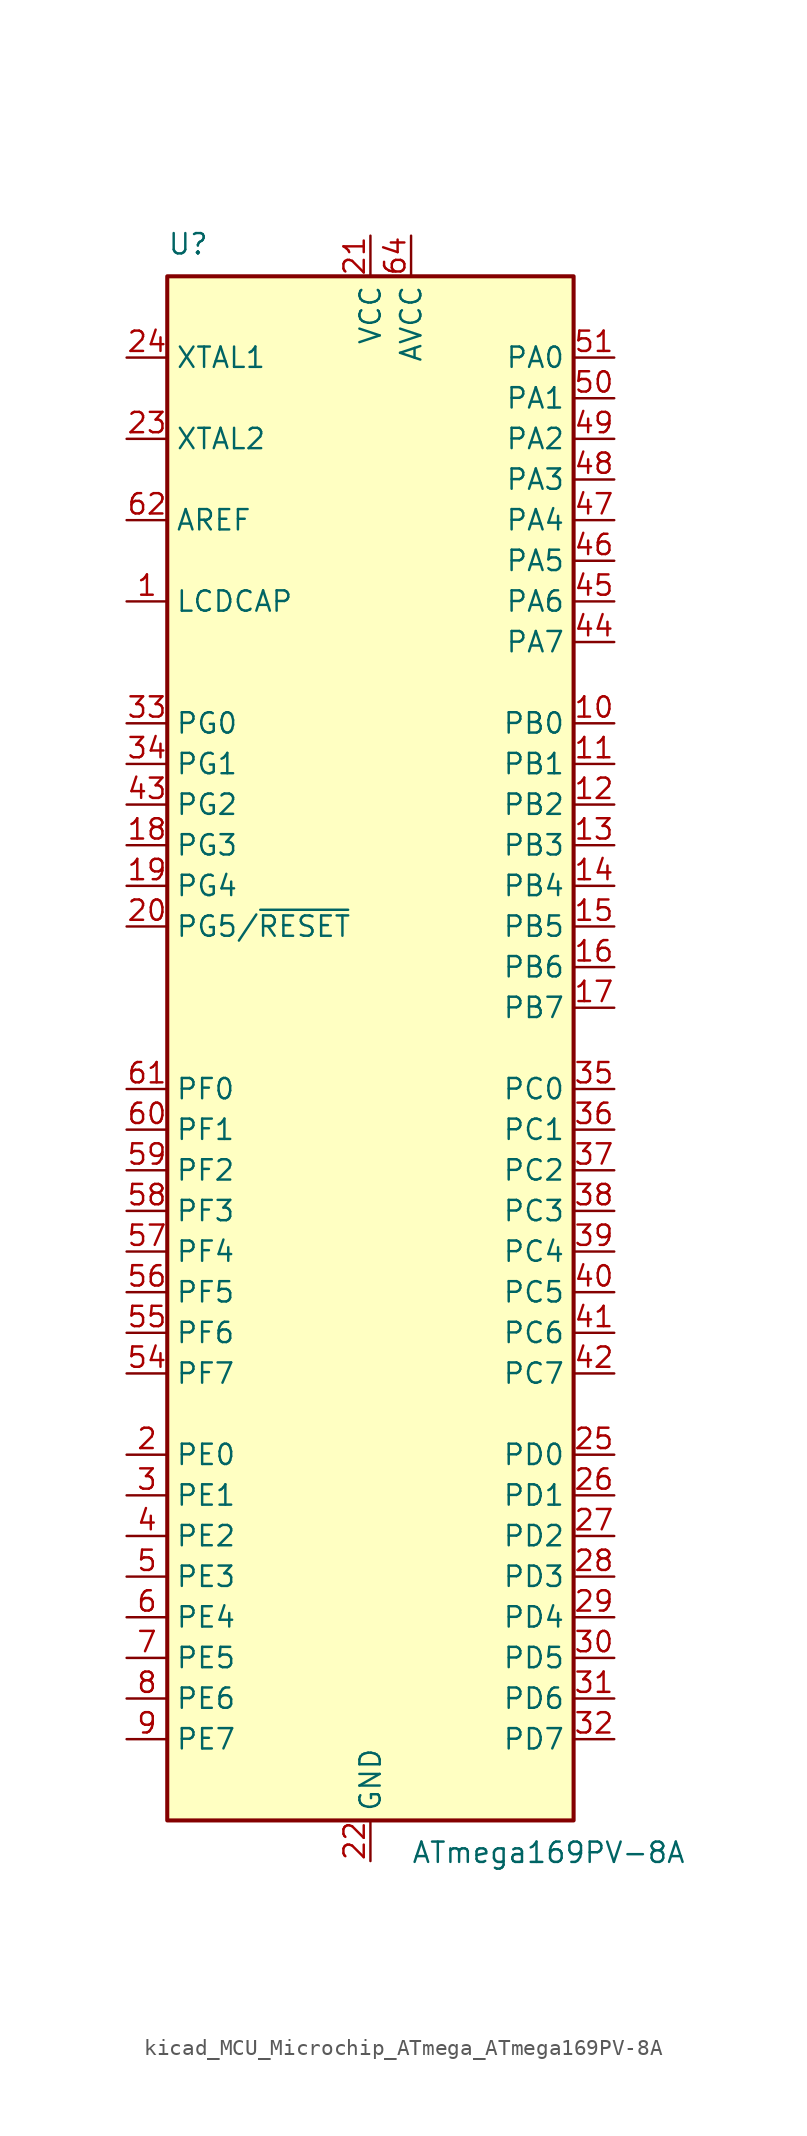
<source format=kicad_sym>
(kicad_symbol_lib
  (version 20220914)
  (generator kicad_symbol_editor)
  (symbol "kicad_MCU_Microchip_ATmega_ATmega169PV-8A"
    (property "Reference" "U"
      (at -12.7 49.53 0)
      (effects (font (size 1.27 1.27)) (justify left bottom)))
    (property "Value" "ATmega169PV-8A"
      (at 2.54 -49.53 0)
      (effects (font (size 1.27 1.27)) (justify left top)))
    (symbol "kicad_MCU_Microchip_ATmega_ATmega169PV-8A_0_1"
      (rectangle (start -12.7 -48.26) (end 12.7 48.26) (stroke (width 0.254) (type default)) (fill (type background))))
    (symbol "kicad_MCU_Microchip_ATmega_ATmega169PV-8A_1_1"
      (pin passive line (at -15.24 27.94 0) (length 2.54) (name "LCDCAP" (effects (font (size 1.27 1.27)))) (number "1" (effects (font (size 1.27 1.27)))))
      (pin bidirectional line (at 15.24 20.32 180) (length 2.54) (name "PB0" (effects (font (size 1.27 1.27)))) (number "10" (effects (font (size 1.27 1.27)))))
      (pin bidirectional line (at 15.24 17.78 180) (length 2.54) (name "PB1" (effects (font (size 1.27 1.27)))) (number "11" (effects (font (size 1.27 1.27)))))
      (pin bidirectional line (at 15.24 15.24 180) (length 2.54) (name "PB2" (effects (font (size 1.27 1.27)))) (number "12" (effects (font (size 1.27 1.27)))))
      (pin bidirectional line (at 15.24 12.7 180) (length 2.54) (name "PB3" (effects (font (size 1.27 1.27)))) (number "13" (effects (font (size 1.27 1.27)))))
      (pin bidirectional line (at 15.24 10.16 180) (length 2.54) (name "PB4" (effects (font (size 1.27 1.27)))) (number "14" (effects (font (size 1.27 1.27)))))
      (pin bidirectional line (at 15.24 7.62 180) (length 2.54) (name "PB5" (effects (font (size 1.27 1.27)))) (number "15" (effects (font (size 1.27 1.27)))))
      (pin bidirectional line (at 15.24 5.08 180) (length 2.54) (name "PB6" (effects (font (size 1.27 1.27)))) (number "16" (effects (font (size 1.27 1.27)))))
      (pin bidirectional line (at 15.24 2.54 180) (length 2.54) (name "PB7" (effects (font (size 1.27 1.27)))) (number "17" (effects (font (size 1.27 1.27)))))
      (pin bidirectional line (at -15.24 12.7 0) (length 2.54) (name "PG3" (effects (font (size 1.27 1.27)))) (number "18" (effects (font (size 1.27 1.27)))))
      (pin bidirectional line (at -15.24 10.16 0) (length 2.54) (name "PG4" (effects (font (size 1.27 1.27)))) (number "19" (effects (font (size 1.27 1.27)))))
      (pin bidirectional line (at -15.24 -25.4 0) (length 2.54) (name "PE0" (effects (font (size 1.27 1.27)))) (number "2" (effects (font (size 1.27 1.27)))))
      (pin bidirectional line (at -15.24 7.62 0) (length 2.54) (name "PG5/~{RESET}" (effects (font (size 1.27 1.27)))) (number "20" (effects (font (size 1.27 1.27)))))
      (pin power_in line (at 0 50.8 270) (length 2.54) (name "VCC" (effects (font (size 1.27 1.27)))) (number "21" (effects (font (size 1.27 1.27)))))
      (pin power_in line (at 0 -50.8 90) (length 2.54) (name "GND" (effects (font (size 1.27 1.27)))) (number "22" (effects (font (size 1.27 1.27)))))
      (pin output line (at -15.24 38.1 0) (length 2.54) (name "XTAL2" (effects (font (size 1.27 1.27)))) (number "23" (effects (font (size 1.27 1.27)))))
      (pin input line (at -15.24 43.18 0) (length 2.54) (name "XTAL1" (effects (font (size 1.27 1.27)))) (number "24" (effects (font (size 1.27 1.27)))))
      (pin bidirectional line (at 15.24 -25.4 180) (length 2.54) (name "PD0" (effects (font (size 1.27 1.27)))) (number "25" (effects (font (size 1.27 1.27)))))
      (pin bidirectional line (at 15.24 -27.94 180) (length 2.54) (name "PD1" (effects (font (size 1.27 1.27)))) (number "26" (effects (font (size 1.27 1.27)))))
      (pin bidirectional line (at 15.24 -30.48 180) (length 2.54) (name "PD2" (effects (font (size 1.27 1.27)))) (number "27" (effects (font (size 1.27 1.27)))))
      (pin bidirectional line (at 15.24 -33.02 180) (length 2.54) (name "PD3" (effects (font (size 1.27 1.27)))) (number "28" (effects (font (size 1.27 1.27)))))
      (pin bidirectional line (at 15.24 -35.56 180) (length 2.54) (name "PD4" (effects (font (size 1.27 1.27)))) (number "29" (effects (font (size 1.27 1.27)))))
      (pin bidirectional line (at -15.24 -27.94 0) (length 2.54) (name "PE1" (effects (font (size 1.27 1.27)))) (number "3" (effects (font (size 1.27 1.27)))))
      (pin bidirectional line (at 15.24 -38.1 180) (length 2.54) (name "PD5" (effects (font (size 1.27 1.27)))) (number "30" (effects (font (size 1.27 1.27)))))
      (pin bidirectional line (at 15.24 -40.64 180) (length 2.54) (name "PD6" (effects (font (size 1.27 1.27)))) (number "31" (effects (font (size 1.27 1.27)))))
      (pin bidirectional line (at 15.24 -43.18 180) (length 2.54) (name "PD7" (effects (font (size 1.27 1.27)))) (number "32" (effects (font (size 1.27 1.27)))))
      (pin bidirectional line (at -15.24 20.32 0) (length 2.54) (name "PG0" (effects (font (size 1.27 1.27)))) (number "33" (effects (font (size 1.27 1.27)))))
      (pin bidirectional line (at -15.24 17.78 0) (length 2.54) (name "PG1" (effects (font (size 1.27 1.27)))) (number "34" (effects (font (size 1.27 1.27)))))
      (pin bidirectional line (at 15.24 -2.54 180) (length 2.54) (name "PC0" (effects (font (size 1.27 1.27)))) (number "35" (effects (font (size 1.27 1.27)))))
      (pin bidirectional line (at 15.24 -5.08 180) (length 2.54) (name "PC1" (effects (font (size 1.27 1.27)))) (number "36" (effects (font (size 1.27 1.27)))))
      (pin bidirectional line (at 15.24 -7.62 180) (length 2.54) (name "PC2" (effects (font (size 1.27 1.27)))) (number "37" (effects (font (size 1.27 1.27)))))
      (pin bidirectional line (at 15.24 -10.16 180) (length 2.54) (name "PC3" (effects (font (size 1.27 1.27)))) (number "38" (effects (font (size 1.27 1.27)))))
      (pin bidirectional line (at 15.24 -12.7 180) (length 2.54) (name "PC4" (effects (font (size 1.27 1.27)))) (number "39" (effects (font (size 1.27 1.27)))))
      (pin bidirectional line (at -15.24 -30.48 0) (length 2.54) (name "PE2" (effects (font (size 1.27 1.27)))) (number "4" (effects (font (size 1.27 1.27)))))
      (pin bidirectional line (at 15.24 -15.24 180) (length 2.54) (name "PC5" (effects (font (size 1.27 1.27)))) (number "40" (effects (font (size 1.27 1.27)))))
      (pin bidirectional line (at 15.24 -17.78 180) (length 2.54) (name "PC6" (effects (font (size 1.27 1.27)))) (number "41" (effects (font (size 1.27 1.27)))))
      (pin bidirectional line (at 15.24 -20.32 180) (length 2.54) (name "PC7" (effects (font (size 1.27 1.27)))) (number "42" (effects (font (size 1.27 1.27)))))
      (pin bidirectional line (at -15.24 15.24 0) (length 2.54) (name "PG2" (effects (font (size 1.27 1.27)))) (number "43" (effects (font (size 1.27 1.27)))))
      (pin bidirectional line (at 15.24 25.4 180) (length 2.54) (name "PA7" (effects (font (size 1.27 1.27)))) (number "44" (effects (font (size 1.27 1.27)))))
      (pin bidirectional line (at 15.24 27.94 180) (length 2.54) (name "PA6" (effects (font (size 1.27 1.27)))) (number "45" (effects (font (size 1.27 1.27)))))
      (pin bidirectional line (at 15.24 30.48 180) (length 2.54) (name "PA5" (effects (font (size 1.27 1.27)))) (number "46" (effects (font (size 1.27 1.27)))))
      (pin bidirectional line (at 15.24 33.02 180) (length 2.54) (name "PA4" (effects (font (size 1.27 1.27)))) (number "47" (effects (font (size 1.27 1.27)))))
      (pin bidirectional line (at 15.24 35.56 180) (length 2.54) (name "PA3" (effects (font (size 1.27 1.27)))) (number "48" (effects (font (size 1.27 1.27)))))
      (pin bidirectional line (at 15.24 38.1 180) (length 2.54) (name "PA2" (effects (font (size 1.27 1.27)))) (number "49" (effects (font (size 1.27 1.27)))))
      (pin bidirectional line (at -15.24 -33.02 0) (length 2.54) (name "PE3" (effects (font (size 1.27 1.27)))) (number "5" (effects (font (size 1.27 1.27)))))
      (pin bidirectional line (at 15.24 40.64 180) (length 2.54) (name "PA1" (effects (font (size 1.27 1.27)))) (number "50" (effects (font (size 1.27 1.27)))))
      (pin bidirectional line (at 15.24 43.18 180) (length 2.54) (name "PA0" (effects (font (size 1.27 1.27)))) (number "51" (effects (font (size 1.27 1.27)))))
      (pin passive line (at 0 50.8 270) (length 2.54) hide (name "VCC" (effects (font (size 1.27 1.27)))) (number "52" (effects (font (size 1.27 1.27)))))
      (pin passive line (at 0 -50.8 90) (length 2.54) hide (name "GND" (effects (font (size 1.27 1.27)))) (number "53" (effects (font (size 1.27 1.27)))))
      (pin bidirectional line (at -15.24 -20.32 0) (length 2.54) (name "PF7" (effects (font (size 1.27 1.27)))) (number "54" (effects (font (size 1.27 1.27)))))
      (pin bidirectional line (at -15.24 -17.78 0) (length 2.54) (name "PF6" (effects (font (size 1.27 1.27)))) (number "55" (effects (font (size 1.27 1.27)))))
      (pin bidirectional line (at -15.24 -15.24 0) (length 2.54) (name "PF5" (effects (font (size 1.27 1.27)))) (number "56" (effects (font (size 1.27 1.27)))))
      (pin bidirectional line (at -15.24 -12.7 0) (length 2.54) (name "PF4" (effects (font (size 1.27 1.27)))) (number "57" (effects (font (size 1.27 1.27)))))
      (pin bidirectional line (at -15.24 -10.16 0) (length 2.54) (name "PF3" (effects (font (size 1.27 1.27)))) (number "58" (effects (font (size 1.27 1.27)))))
      (pin bidirectional line (at -15.24 -7.62 0) (length 2.54) (name "PF2" (effects (font (size 1.27 1.27)))) (number "59" (effects (font (size 1.27 1.27)))))
      (pin bidirectional line (at -15.24 -35.56 0) (length 2.54) (name "PE4" (effects (font (size 1.27 1.27)))) (number "6" (effects (font (size 1.27 1.27)))))
      (pin bidirectional line (at -15.24 -5.08 0) (length 2.54) (name "PF1" (effects (font (size 1.27 1.27)))) (number "60" (effects (font (size 1.27 1.27)))))
      (pin bidirectional line (at -15.24 -2.54 0) (length 2.54) (name "PF0" (effects (font (size 1.27 1.27)))) (number "61" (effects (font (size 1.27 1.27)))))
      (pin passive line (at -15.24 33.02 0) (length 2.54) (name "AREF" (effects (font (size 1.27 1.27)))) (number "62" (effects (font (size 1.27 1.27)))))
      (pin passive line (at 0 -50.8 90) (length 2.54) hide (name "GND" (effects (font (size 1.27 1.27)))) (number "63" (effects (font (size 1.27 1.27)))))
      (pin power_in line (at 2.54 50.8 270) (length 2.54) (name "AVCC" (effects (font (size 1.27 1.27)))) (number "64" (effects (font (size 1.27 1.27)))))
      (pin bidirectional line (at -15.24 -38.1 0) (length 2.54) (name "PE5" (effects (font (size 1.27 1.27)))) (number "7" (effects (font (size 1.27 1.27)))))
      (pin bidirectional line (at -15.24 -40.64 0) (length 2.54) (name "PE6" (effects (font (size 1.27 1.27)))) (number "8" (effects (font (size 1.27 1.27)))))
      (pin bidirectional line (at -15.24 -43.18 0) (length 2.54) (name "PE7" (effects (font (size 1.27 1.27)))) (number "9" (effects (font (size 1.27 1.27))))))))
</source>
